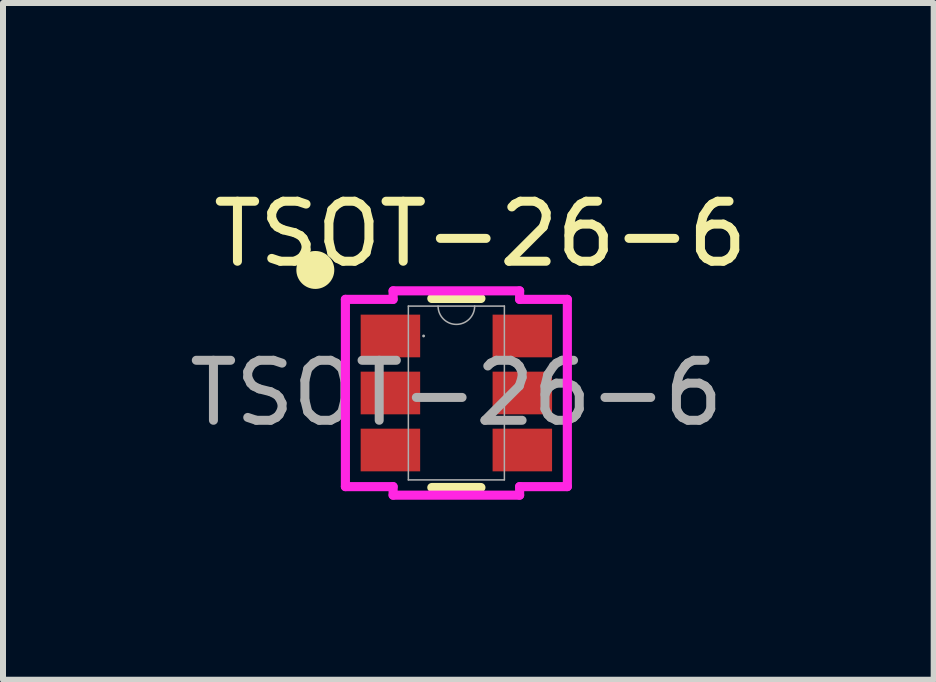
<source format=kicad_pcb>
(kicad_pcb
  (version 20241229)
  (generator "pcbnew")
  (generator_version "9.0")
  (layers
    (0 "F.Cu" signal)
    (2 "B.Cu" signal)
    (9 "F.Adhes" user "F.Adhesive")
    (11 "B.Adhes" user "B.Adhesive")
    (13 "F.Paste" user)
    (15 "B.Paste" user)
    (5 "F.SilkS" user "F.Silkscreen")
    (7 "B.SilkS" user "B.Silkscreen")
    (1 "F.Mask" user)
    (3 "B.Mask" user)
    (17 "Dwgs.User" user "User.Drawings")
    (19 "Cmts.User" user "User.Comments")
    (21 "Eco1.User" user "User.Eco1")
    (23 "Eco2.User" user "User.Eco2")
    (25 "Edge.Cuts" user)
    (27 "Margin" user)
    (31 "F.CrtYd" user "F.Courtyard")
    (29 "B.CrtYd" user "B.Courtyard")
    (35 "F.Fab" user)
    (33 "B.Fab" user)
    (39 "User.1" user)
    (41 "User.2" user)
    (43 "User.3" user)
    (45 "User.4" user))
  (footprint "TSOT-26-6"
    (layer "F.Cu")
    (at 4.554 3.498)
    (property "Reference" "TSOT-26-6" (at 0.4 -2.65 0) (unlocked yes) (layer "F.SilkS") (effects (font (size 1 1) (thickness 0.15))))
    (attr smd)
    (fp_line (start -0.409 1.575) (end 0.409 1.575) (stroke (width 0.152) (type solid)) (layer "F.SilkS"))
    (fp_line (start 0.409 -1.575) (end -0.409 -1.575) (stroke (width 0.152) (type solid)) (layer "F.SilkS"))
    (fp_circle (center -2.35 -2.05) (end -2.084 -2.05) (stroke (width 0.1) (type solid)) (fill yes) (layer "F.SilkS"))
    (fp_line (start -1.849 -1.56) (end -1.054 -1.56) (stroke (width 0.152) (type solid)) (layer "F.CrtYd"))
    (fp_line (start -1.849 1.56) (end -1.849 -1.56) (stroke (width 0.152) (type solid)) (layer "F.CrtYd"))
    (fp_line (start -1.849 1.56) (end -1.054 1.56) (stroke (width 0.152) (type solid)) (layer "F.CrtYd"))
    (fp_line (start -1.054 -1.702) (end 1.054 -1.702) (stroke (width 0.152) (type solid)) (layer "F.CrtYd"))
    (fp_line (start -1.054 -1.56) (end -1.054 -1.702) (stroke (width 0.152) (type solid)) (layer "F.CrtYd"))
    (fp_line (start -1.054 1.702) (end -1.054 1.56) (stroke (width 0.152) (type solid)) (layer "F.CrtYd"))
    (fp_line (start 1.054 -1.702) (end 1.054 -1.56) (stroke (width 0.152) (type solid)) (layer "F.CrtYd"))
    (fp_line (start 1.054 1.56) (end 1.054 1.702) (stroke (width 0.152) (type solid)) (layer "F.CrtYd"))
    (fp_line (start 1.054 1.702) (end -1.054 1.702) (stroke (width 0.152) (type solid)) (layer "F.CrtYd"))
    (fp_line (start 1.849 -1.56) (end 1.054 -1.56) (stroke (width 0.152) (type solid)) (layer "F.CrtYd"))
    (fp_line (start 1.849 -1.56) (end 1.849 1.56) (stroke (width 0.152) (type solid)) (layer "F.CrtYd"))
    (fp_line (start 1.849 1.56) (end 1.054 1.56) (stroke (width 0.152) (type solid)) (layer "F.CrtYd"))
    (fp_line (start -0.8 -1.448) (end -0.8 1.448) (stroke (width 0.025) (type solid)) (layer "F.Fab"))
    (fp_line (start -0.8 1.448) (end 0.8 1.448) (stroke (width 0.025) (type solid)) (layer "F.Fab"))
    (fp_line (start 0.8 -1.448) (end -0.8 -1.448) (stroke (width 0.025) (type solid)) (layer "F.Fab"))
    (fp_line (start 0.8 1.448) (end 0.8 -1.448) (stroke (width 0.025) (type solid)) (layer "F.Fab"))
    (fp_arc (start 0.3048 -1.4478) (mid 0 -1.143) (end -0.3048 -1.4478) (stroke (width 0.0254) (type solid)) (layer "F.Fab"))
    (fp_circle (center -0.546 -0.95) (end -0.546 -0.95) (stroke (width 0.025) (type solid)) (fill no) (layer "F.Fab"))
    (fp_text user "${REFERENCE}" (at 0 0 0) (unlocked yes) (layer "F.Fab") (effects (font (size 1 1) (thickness 0.15))))
    (pad "1" smd rect (at -1.099 -0.95) (size 0.991 0.711) (layers "F.Cu" "F.Mask" "F.Paste"))
    (pad "2" smd rect (at -1.099 0) (size 0.991 0.711) (layers "F.Cu" "F.Mask" "F.Paste"))
    (pad "3" smd rect (at -1.099 0.95) (size 0.991 0.711) (layers "F.Cu" "F.Mask" "F.Paste"))
    (pad "4" smd rect (at 1.099 0.95) (size 0.991 0.711) (layers "F.Cu" "F.Mask" "F.Paste"))
    (pad "5" smd rect (at 1.099 0) (size 0.991 0.711) (layers "F.Cu" "F.Mask" "F.Paste"))
    (pad "6" smd rect (at 1.099 -0.95) (size 0.991 0.711) (layers "F.Cu" "F.Mask" "F.Paste")))
  (gr_rect
    (start -3 -3)
    (end 12.507 8.276)
    (stroke (width 0.1) (type default))
    (fill no)
    (layer "Edge.Cuts")))
</source>
